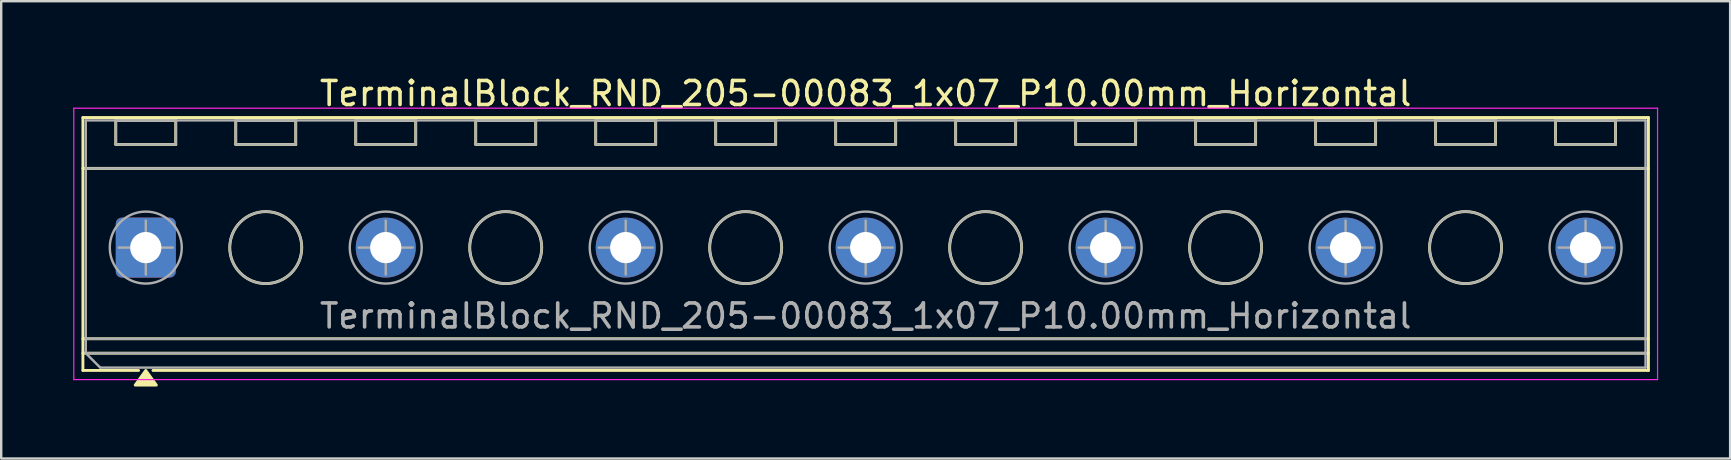
<source format=kicad_pcb>
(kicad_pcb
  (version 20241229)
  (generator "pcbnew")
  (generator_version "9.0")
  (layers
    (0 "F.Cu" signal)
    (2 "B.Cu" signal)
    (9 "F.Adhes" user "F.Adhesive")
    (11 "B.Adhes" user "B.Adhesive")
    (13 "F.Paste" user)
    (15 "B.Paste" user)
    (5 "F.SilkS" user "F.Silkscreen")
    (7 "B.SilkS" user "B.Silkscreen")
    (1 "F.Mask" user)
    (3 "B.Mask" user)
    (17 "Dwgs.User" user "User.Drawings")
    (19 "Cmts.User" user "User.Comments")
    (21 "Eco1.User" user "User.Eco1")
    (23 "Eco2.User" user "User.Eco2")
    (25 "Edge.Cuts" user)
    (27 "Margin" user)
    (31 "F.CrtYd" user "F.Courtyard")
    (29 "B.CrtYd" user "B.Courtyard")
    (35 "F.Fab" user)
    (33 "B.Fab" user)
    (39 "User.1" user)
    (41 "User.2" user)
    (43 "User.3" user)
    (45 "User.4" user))
  (footprint "TerminalBlock_RND_205-00083_1x07_P10.00mm_Horizontal"
    (layer "F.Cu")
    (at 3.025 7.268)
    (property "Reference" "TerminalBlock_RND_205-00083_1x07_P10.00mm_Horizontal" (at 30 -6.42 0) (layer "F.SilkS") (effects (font (size 1 1) (thickness 0.15))))
    (attr through_hole)
    (fp_line (start -2.62 -5.42) (end -2.62 5.12) (stroke (width 0.12) (type solid)) (layer "F.SilkS"))
    (fp_line (start -2.62 -5.42) (end 62.62 -5.42) (stroke (width 0.12) (type solid)) (layer "F.SilkS"))
    (fp_line (start -2.62 -3.3) (end 62.62 -3.3) (stroke (width 0.12) (type solid)) (layer "F.SilkS"))
    (fp_line (start -2.62 3.8) (end 62.62 3.8) (stroke (width 0.12) (type solid)) (layer "F.SilkS"))
    (fp_line (start -2.62 4.4) (end 62.62 4.4) (stroke (width 0.12) (type solid)) (layer "F.SilkS"))
    (fp_line (start -2.62 5.12) (end -0.3 5.12) (stroke (width 0.12) (type solid)) (layer "F.SilkS"))
    (fp_line (start -1.25 -5.3) (end -1.25 -4.3) (stroke (width 0.12) (type solid)) (layer "F.SilkS"))
    (fp_line (start -1.25 -5.3) (end 1.25 -5.3) (stroke (width 0.12) (type solid)) (layer "F.SilkS"))
    (fp_line (start -1.25 -4.3) (end 1.25 -4.3) (stroke (width 0.12) (type solid)) (layer "F.SilkS"))
    (fp_line (start 0.3 5.12) (end 62.62 5.12) (stroke (width 0.12) (type solid)) (layer "F.SilkS"))
    (fp_line (start 1.25 -5.3) (end 1.25 -4.3) (stroke (width 0.12) (type solid)) (layer "F.SilkS"))
    (fp_line (start 3.75 -5.3) (end 3.75 -4.3) (stroke (width 0.12) (type solid)) (layer "F.SilkS"))
    (fp_line (start 3.75 -5.3) (end 6.25 -5.3) (stroke (width 0.12) (type solid)) (layer "F.SilkS"))
    (fp_line (start 3.75 -4.3) (end 6.25 -4.3) (stroke (width 0.12) (type solid)) (layer "F.SilkS"))
    (fp_line (start 6.25 -5.3) (end 6.25 -4.3) (stroke (width 0.12) (type solid)) (layer "F.SilkS"))
    (fp_line (start 8.75 -5.3) (end 8.75 -4.3) (stroke (width 0.12) (type solid)) (layer "F.SilkS"))
    (fp_line (start 8.75 -5.3) (end 11.25 -5.3) (stroke (width 0.12) (type solid)) (layer "F.SilkS"))
    (fp_line (start 8.75 -4.3) (end 11.25 -4.3) (stroke (width 0.12) (type solid)) (layer "F.SilkS"))
    (fp_line (start 11.25 -5.3) (end 11.25 -4.3) (stroke (width 0.12) (type solid)) (layer "F.SilkS"))
    (fp_line (start 13.75 -5.3) (end 13.75 -4.3) (stroke (width 0.12) (type solid)) (layer "F.SilkS"))
    (fp_line (start 13.75 -5.3) (end 16.25 -5.3) (stroke (width 0.12) (type solid)) (layer "F.SilkS"))
    (fp_line (start 13.75 -4.3) (end 16.25 -4.3) (stroke (width 0.12) (type solid)) (layer "F.SilkS"))
    (fp_line (start 16.25 -5.3) (end 16.25 -4.3) (stroke (width 0.12) (type solid)) (layer "F.SilkS"))
    (fp_line (start 18.75 -5.3) (end 18.75 -4.3) (stroke (width 0.12) (type solid)) (layer "F.SilkS"))
    (fp_line (start 18.75 -5.3) (end 21.25 -5.3) (stroke (width 0.12) (type solid)) (layer "F.SilkS"))
    (fp_line (start 18.75 -4.3) (end 21.25 -4.3) (stroke (width 0.12) (type solid)) (layer "F.SilkS"))
    (fp_line (start 21.25 -5.3) (end 21.25 -4.3) (stroke (width 0.12) (type solid)) (layer "F.SilkS"))
    (fp_line (start 23.75 -5.3) (end 23.75 -4.3) (stroke (width 0.12) (type solid)) (layer "F.SilkS"))
    (fp_line (start 23.75 -5.3) (end 26.25 -5.3) (stroke (width 0.12) (type solid)) (layer "F.SilkS"))
    (fp_line (start 23.75 -4.3) (end 26.25 -4.3) (stroke (width 0.12) (type solid)) (layer "F.SilkS"))
    (fp_line (start 26.25 -5.3) (end 26.25 -4.3) (stroke (width 0.12) (type solid)) (layer "F.SilkS"))
    (fp_line (start 28.75 -5.3) (end 28.75 -4.3) (stroke (width 0.12) (type solid)) (layer "F.SilkS"))
    (fp_line (start 28.75 -5.3) (end 31.25 -5.3) (stroke (width 0.12) (type solid)) (layer "F.SilkS"))
    (fp_line (start 28.75 -4.3) (end 31.25 -4.3) (stroke (width 0.12) (type solid)) (layer "F.SilkS"))
    (fp_line (start 31.25 -5.3) (end 31.25 -4.3) (stroke (width 0.12) (type solid)) (layer "F.SilkS"))
    (fp_line (start 33.75 -5.3) (end 33.75 -4.3) (stroke (width 0.12) (type solid)) (layer "F.SilkS"))
    (fp_line (start 33.75 -5.3) (end 36.25 -5.3) (stroke (width 0.12) (type solid)) (layer "F.SilkS"))
    (fp_line (start 33.75 -4.3) (end 36.25 -4.3) (stroke (width 0.12) (type solid)) (layer "F.SilkS"))
    (fp_line (start 36.25 -5.3) (end 36.25 -4.3) (stroke (width 0.12) (type solid)) (layer "F.SilkS"))
    (fp_line (start 38.75 -5.3) (end 38.75 -4.3) (stroke (width 0.12) (type solid)) (layer "F.SilkS"))
    (fp_line (start 38.75 -5.3) (end 41.25 -5.3) (stroke (width 0.12) (type solid)) (layer "F.SilkS"))
    (fp_line (start 38.75 -4.3) (end 41.25 -4.3) (stroke (width 0.12) (type solid)) (layer "F.SilkS"))
    (fp_line (start 41.25 -5.3) (end 41.25 -4.3) (stroke (width 0.12) (type solid)) (layer "F.SilkS"))
    (fp_line (start 43.75 -5.3) (end 43.75 -4.3) (stroke (width 0.12) (type solid)) (layer "F.SilkS"))
    (fp_line (start 43.75 -5.3) (end 46.25 -5.3) (stroke (width 0.12) (type solid)) (layer "F.SilkS"))
    (fp_line (start 43.75 -4.3) (end 46.25 -4.3) (stroke (width 0.12) (type solid)) (layer "F.SilkS"))
    (fp_line (start 46.25 -5.3) (end 46.25 -4.3) (stroke (width 0.12) (type solid)) (layer "F.SilkS"))
    (fp_line (start 48.75 -5.3) (end 48.75 -4.3) (stroke (width 0.12) (type solid)) (layer "F.SilkS"))
    (fp_line (start 48.75 -5.3) (end 51.25 -5.3) (stroke (width 0.12) (type solid)) (layer "F.SilkS"))
    (fp_line (start 48.75 -4.3) (end 51.25 -4.3) (stroke (width 0.12) (type solid)) (layer "F.SilkS"))
    (fp_line (start 51.25 -5.3) (end 51.25 -4.3) (stroke (width 0.12) (type solid)) (layer "F.SilkS"))
    (fp_line (start 53.75 -5.3) (end 53.75 -4.3) (stroke (width 0.12) (type solid)) (layer "F.SilkS"))
    (fp_line (start 53.75 -5.3) (end 56.25 -5.3) (stroke (width 0.12) (type solid)) (layer "F.SilkS"))
    (fp_line (start 53.75 -4.3) (end 56.25 -4.3) (stroke (width 0.12) (type solid)) (layer "F.SilkS"))
    (fp_line (start 56.25 -5.3) (end 56.25 -4.3) (stroke (width 0.12) (type solid)) (layer "F.SilkS"))
    (fp_line (start 58.75 -5.3) (end 58.75 -4.3) (stroke (width 0.12) (type solid)) (layer "F.SilkS"))
    (fp_line (start 58.75 -5.3) (end 61.25 -5.3) (stroke (width 0.12) (type solid)) (layer "F.SilkS"))
    (fp_line (start 58.75 -4.3) (end 61.25 -4.3) (stroke (width 0.12) (type solid)) (layer "F.SilkS"))
    (fp_line (start 61.25 -5.3) (end 61.25 -4.3) (stroke (width 0.12) (type solid)) (layer "F.SilkS"))
    (fp_line (start 62.62 -5.42) (end 62.62 5.12) (stroke (width 0.12) (type solid)) (layer "F.SilkS"))
    (fp_circle (center 5 0) (end 6.5 0) (stroke (width 0.12) (type solid)) (fill no) (layer "F.SilkS"))
    (fp_circle (center 15 0) (end 16.5 0) (stroke (width 0.12) (type solid)) (fill no) (layer "F.SilkS"))
    (fp_circle (center 25 0) (end 26.5 0) (stroke (width 0.12) (type solid)) (fill no) (layer "F.SilkS"))
    (fp_circle (center 35 0) (end 36.5 0) (stroke (width 0.12) (type solid)) (fill no) (layer "F.SilkS"))
    (fp_circle (center 45 0) (end 46.5 0) (stroke (width 0.12) (type solid)) (fill no) (layer "F.SilkS"))
    (fp_circle (center 55 0) (end 56.5 0) (stroke (width 0.12) (type solid)) (fill no) (layer "F.SilkS"))
    (fp_poly (pts (xy 0 5.12) (xy 0.44 5.73) (xy -0.44 5.73)) (stroke (width 0.12) (type solid)) (fill yes) (layer "F.SilkS"))
    (fp_line (start -3 -5.81) (end -3 5.5) (stroke (width 0.05) (type solid)) (layer "F.CrtYd"))
    (fp_line (start -3 5.5) (end 63 5.5) (stroke (width 0.05) (type solid)) (layer "F.CrtYd"))
    (fp_line (start 63 -5.81) (end -3 -5.81) (stroke (width 0.05) (type solid)) (layer "F.CrtYd"))
    (fp_line (start 63 5.5) (end 63 -5.81) (stroke (width 0.05) (type solid)) (layer "F.CrtYd"))
    (fp_line (start -2.5 -5.3) (end 62.5 -5.3) (stroke (width 0.1) (type solid)) (layer "F.Fab"))
    (fp_line (start -2.5 -3.3) (end 62.5 -3.3) (stroke (width 0.1) (type solid)) (layer "F.Fab"))
    (fp_line (start -2.5 3.8) (end 62.5 3.8) (stroke (width 0.1) (type solid)) (layer "F.Fab"))
    (fp_line (start -2.5 4.4) (end -2.5 -5.3) (stroke (width 0.1) (type solid)) (layer "F.Fab"))
    (fp_line (start -2.5 4.4) (end 62.5 4.4) (stroke (width 0.1) (type solid)) (layer "F.Fab"))
    (fp_line (start -1.9 5) (end -2.5 4.4) (stroke (width 0.1) (type solid)) (layer "F.Fab"))
    (fp_line (start -1.25 -5.3) (end -1.25 -4.3) (stroke (width 0.1) (type solid)) (layer "F.Fab"))
    (fp_line (start -1.25 -4.3) (end 1.25 -4.3) (stroke (width 0.1) (type solid)) (layer "F.Fab"))
    (fp_line (start -1.125 0) (end 1.125 0) (stroke (width 0.1) (type solid)) (layer "F.Fab"))
    (fp_line (start 0 -1.125) (end 0 1.125) (stroke (width 0.1) (type solid)) (layer "F.Fab"))
    (fp_line (start 1.25 -5.3) (end -1.25 -5.3) (stroke (width 0.1) (type solid)) (layer "F.Fab"))
    (fp_line (start 1.25 -4.3) (end 1.25 -5.3) (stroke (width 0.1) (type solid)) (layer "F.Fab"))
    (fp_line (start 3.75 -5.3) (end 3.75 -4.3) (stroke (width 0.1) (type solid)) (layer "F.Fab"))
    (fp_line (start 3.75 -4.3) (end 6.25 -4.3) (stroke (width 0.1) (type solid)) (layer "F.Fab"))
    (fp_line (start 6.25 -5.3) (end 3.75 -5.3) (stroke (width 0.1) (type solid)) (layer "F.Fab"))
    (fp_line (start 6.25 -4.3) (end 6.25 -5.3) (stroke (width 0.1) (type solid)) (layer "F.Fab"))
    (fp_line (start 8.75 -5.3) (end 8.75 -4.3) (stroke (width 0.1) (type solid)) (layer "F.Fab"))
    (fp_line (start 8.75 -4.3) (end 11.25 -4.3) (stroke (width 0.1) (type solid)) (layer "F.Fab"))
    (fp_line (start 8.875 0) (end 11.125 0) (stroke (width 0.1) (type solid)) (layer "F.Fab"))
    (fp_line (start 10 -1.125) (end 10 1.125) (stroke (width 0.1) (type solid)) (layer "F.Fab"))
    (fp_line (start 11.25 -5.3) (end 8.75 -5.3) (stroke (width 0.1) (type solid)) (layer "F.Fab"))
    (fp_line (start 11.25 -4.3) (end 11.25 -5.3) (stroke (width 0.1) (type solid)) (layer "F.Fab"))
    (fp_line (start 13.75 -5.3) (end 13.75 -4.3) (stroke (width 0.1) (type solid)) (layer "F.Fab"))
    (fp_line (start 13.75 -4.3) (end 16.25 -4.3) (stroke (width 0.1) (type solid)) (layer "F.Fab"))
    (fp_line (start 16.25 -5.3) (end 13.75 -5.3) (stroke (width 0.1) (type solid)) (layer "F.Fab"))
    (fp_line (start 16.25 -4.3) (end 16.25 -5.3) (stroke (width 0.1) (type solid)) (layer "F.Fab"))
    (fp_line (start 18.75 -5.3) (end 18.75 -4.3) (stroke (width 0.1) (type solid)) (layer "F.Fab"))
    (fp_line (start 18.75 -4.3) (end 21.25 -4.3) (stroke (width 0.1) (type solid)) (layer "F.Fab"))
    (fp_line (start 18.875 0) (end 21.125 0) (stroke (width 0.1) (type solid)) (layer "F.Fab"))
    (fp_line (start 20 -1.125) (end 20 1.125) (stroke (width 0.1) (type solid)) (layer "F.Fab"))
    (fp_line (start 21.25 -5.3) (end 18.75 -5.3) (stroke (width 0.1) (type solid)) (layer "F.Fab"))
    (fp_line (start 21.25 -4.3) (end 21.25 -5.3) (stroke (width 0.1) (type solid)) (layer "F.Fab"))
    (fp_line (start 23.75 -5.3) (end 23.75 -4.3) (stroke (width 0.1) (type solid)) (layer "F.Fab"))
    (fp_line (start 23.75 -4.3) (end 26.25 -4.3) (stroke (width 0.1) (type solid)) (layer "F.Fab"))
    (fp_line (start 26.25 -5.3) (end 23.75 -5.3) (stroke (width 0.1) (type solid)) (layer "F.Fab"))
    (fp_line (start 26.25 -4.3) (end 26.25 -5.3) (stroke (width 0.1) (type solid)) (layer "F.Fab"))
    (fp_line (start 28.75 -5.3) (end 28.75 -4.3) (stroke (width 0.1) (type solid)) (layer "F.Fab"))
    (fp_line (start 28.75 -4.3) (end 31.25 -4.3) (stroke (width 0.1) (type solid)) (layer "F.Fab"))
    (fp_line (start 28.875 0) (end 31.125 0) (stroke (width 0.1) (type solid)) (layer "F.Fab"))
    (fp_line (start 30 -1.125) (end 30 1.125) (stroke (width 0.1) (type solid)) (layer "F.Fab"))
    (fp_line (start 31.25 -5.3) (end 28.75 -5.3) (stroke (width 0.1) (type solid)) (layer "F.Fab"))
    (fp_line (start 31.25 -4.3) (end 31.25 -5.3) (stroke (width 0.1) (type solid)) (layer "F.Fab"))
    (fp_line (start 33.75 -5.3) (end 33.75 -4.3) (stroke (width 0.1) (type solid)) (layer "F.Fab"))
    (fp_line (start 33.75 -4.3) (end 36.25 -4.3) (stroke (width 0.1) (type solid)) (layer "F.Fab"))
    (fp_line (start 36.25 -5.3) (end 33.75 -5.3) (stroke (width 0.1) (type solid)) (layer "F.Fab"))
    (fp_line (start 36.25 -4.3) (end 36.25 -5.3) (stroke (width 0.1) (type solid)) (layer "F.Fab"))
    (fp_line (start 38.75 -5.3) (end 38.75 -4.3) (stroke (width 0.1) (type solid)) (layer "F.Fab"))
    (fp_line (start 38.75 -4.3) (end 41.25 -4.3) (stroke (width 0.1) (type solid)) (layer "F.Fab"))
    (fp_line (start 38.875 0) (end 41.125 0) (stroke (width 0.1) (type solid)) (layer "F.Fab"))
    (fp_line (start 40 -1.125) (end 40 1.125) (stroke (width 0.1) (type solid)) (layer "F.Fab"))
    (fp_line (start 41.25 -5.3) (end 38.75 -5.3) (stroke (width 0.1) (type solid)) (layer "F.Fab"))
    (fp_line (start 41.25 -4.3) (end 41.25 -5.3) (stroke (width 0.1) (type solid)) (layer "F.Fab"))
    (fp_line (start 43.75 -5.3) (end 43.75 -4.3) (stroke (width 0.1) (type solid)) (layer "F.Fab"))
    (fp_line (start 43.75 -4.3) (end 46.25 -4.3) (stroke (width 0.1) (type solid)) (layer "F.Fab"))
    (fp_line (start 46.25 -5.3) (end 43.75 -5.3) (stroke (width 0.1) (type solid)) (layer "F.Fab"))
    (fp_line (start 46.25 -4.3) (end 46.25 -5.3) (stroke (width 0.1) (type solid)) (layer "F.Fab"))
    (fp_line (start 48.75 -5.3) (end 48.75 -4.3) (stroke (width 0.1) (type solid)) (layer "F.Fab"))
    (fp_line (start 48.75 -4.3) (end 51.25 -4.3) (stroke (width 0.1) (type solid)) (layer "F.Fab"))
    (fp_line (start 48.875 0) (end 51.125 0) (stroke (width 0.1) (type solid)) (layer "F.Fab"))
    (fp_line (start 50 -1.125) (end 50 1.125) (stroke (width 0.1) (type solid)) (layer "F.Fab"))
    (fp_line (start 51.25 -5.3) (end 48.75 -5.3) (stroke (width 0.1) (type solid)) (layer "F.Fab"))
    (fp_line (start 51.25 -4.3) (end 51.25 -5.3) (stroke (width 0.1) (type solid)) (layer "F.Fab"))
    (fp_line (start 53.75 -5.3) (end 53.75 -4.3) (stroke (width 0.1) (type solid)) (layer "F.Fab"))
    (fp_line (start 53.75 -4.3) (end 56.25 -4.3) (stroke (width 0.1) (type solid)) (layer "F.Fab"))
    (fp_line (start 56.25 -5.3) (end 53.75 -5.3) (stroke (width 0.1) (type solid)) (layer "F.Fab"))
    (fp_line (start 56.25 -4.3) (end 56.25 -5.3) (stroke (width 0.1) (type solid)) (layer "F.Fab"))
    (fp_line (start 58.75 -5.3) (end 58.75 -4.3) (stroke (width 0.1) (type solid)) (layer "F.Fab"))
    (fp_line (start 58.75 -4.3) (end 61.25 -4.3) (stroke (width 0.1) (type solid)) (layer "F.Fab"))
    (fp_line (start 58.875 0) (end 61.125 0) (stroke (width 0.1) (type solid)) (layer "F.Fab"))
    (fp_line (start 60 -1.125) (end 60 1.125) (stroke (width 0.1) (type solid)) (layer "F.Fab"))
    (fp_line (start 61.25 -5.3) (end 58.75 -5.3) (stroke (width 0.1) (type solid)) (layer "F.Fab"))
    (fp_line (start 61.25 -4.3) (end 61.25 -5.3) (stroke (width 0.1) (type solid)) (layer "F.Fab"))
    (fp_line (start 62.5 -5.3) (end 62.5 5) (stroke (width 0.1) (type solid)) (layer "F.Fab"))
    (fp_line (start 62.5 5) (end -1.9 5) (stroke (width 0.1) (type solid)) (layer "F.Fab"))
    (fp_circle (center 0 0) (end 1.5 0) (stroke (width 0.1) (type solid)) (fill no) (layer "F.Fab"))
    (fp_circle (center 5 0) (end 6.5 0) (stroke (width 0.1) (type solid)) (fill no) (layer "F.Fab"))
    (fp_circle (center 10 0) (end 11.5 0) (stroke (width 0.1) (type solid)) (fill no) (layer "F.Fab"))
    (fp_circle (center 15 0) (end 16.5 0) (stroke (width 0.1) (type solid)) (fill no) (layer "F.Fab"))
    (fp_circle (center 20 0) (end 21.5 0) (stroke (width 0.1) (type solid)) (fill no) (layer "F.Fab"))
    (fp_circle (center 25 0) (end 26.5 0) (stroke (width 0.1) (type solid)) (fill no) (layer "F.Fab"))
    (fp_circle (center 30 0) (end 31.5 0) (stroke (width 0.1) (type solid)) (fill no) (layer "F.Fab"))
    (fp_circle (center 35 0) (end 36.5 0) (stroke (width 0.1) (type solid)) (fill no) (layer "F.Fab"))
    (fp_circle (center 40 0) (end 41.5 0) (stroke (width 0.1) (type solid)) (fill no) (layer "F.Fab"))
    (fp_circle (center 45 0) (end 46.5 0) (stroke (width 0.1) (type solid)) (fill no) (layer "F.Fab"))
    (fp_circle (center 50 0) (end 51.5 0) (stroke (width 0.1) (type solid)) (fill no) (layer "F.Fab"))
    (fp_circle (center 55 0) (end 56.5 0) (stroke (width 0.1) (type solid)) (fill no) (layer "F.Fab"))
    (fp_circle (center 60 0) (end 61.5 0) (stroke (width 0.1) (type solid)) (fill no) (layer "F.Fab"))
    (fp_text user "${REFERENCE}" (at 30 2.85 0) (layer "F.Fab") (effects (font (size 1 1) (thickness 0.15))))
    (pad "1" thru_hole roundrect (at 0 0) (size 2.5 2.5) (drill 1.3) (layers "*.Cu" "*.Mask") (roundrect_rratio 0.1))
    (pad "2" thru_hole circle (at 10 0) (size 2.5 2.5) (drill 1.3) (layers "*.Cu" "*.Mask"))
    (pad "3" thru_hole circle (at 20 0) (size 2.5 2.5) (drill 1.3) (layers "*.Cu" "*.Mask"))
    (pad "4" thru_hole circle (at 30 0) (size 2.5 2.5) (drill 1.3) (layers "*.Cu" "*.Mask"))
    (pad "5" thru_hole circle (at 40 0) (size 2.5 2.5) (drill 1.3) (layers "*.Cu" "*.Mask"))
    (pad "6" thru_hole circle (at 50 0) (size 2.5 2.5) (drill 1.3) (layers "*.Cu" "*.Mask"))
    (pad "7" thru_hole circle (at 60 0) (size 2.5 2.5) (drill 1.3) (layers "*.Cu" "*.Mask")))
  (gr_rect
    (start -3 -3)
    (end 69.05 16.058)
    (stroke (width 0.1) (type default))
    (fill no)
    (layer "Edge.Cuts")))
</source>
